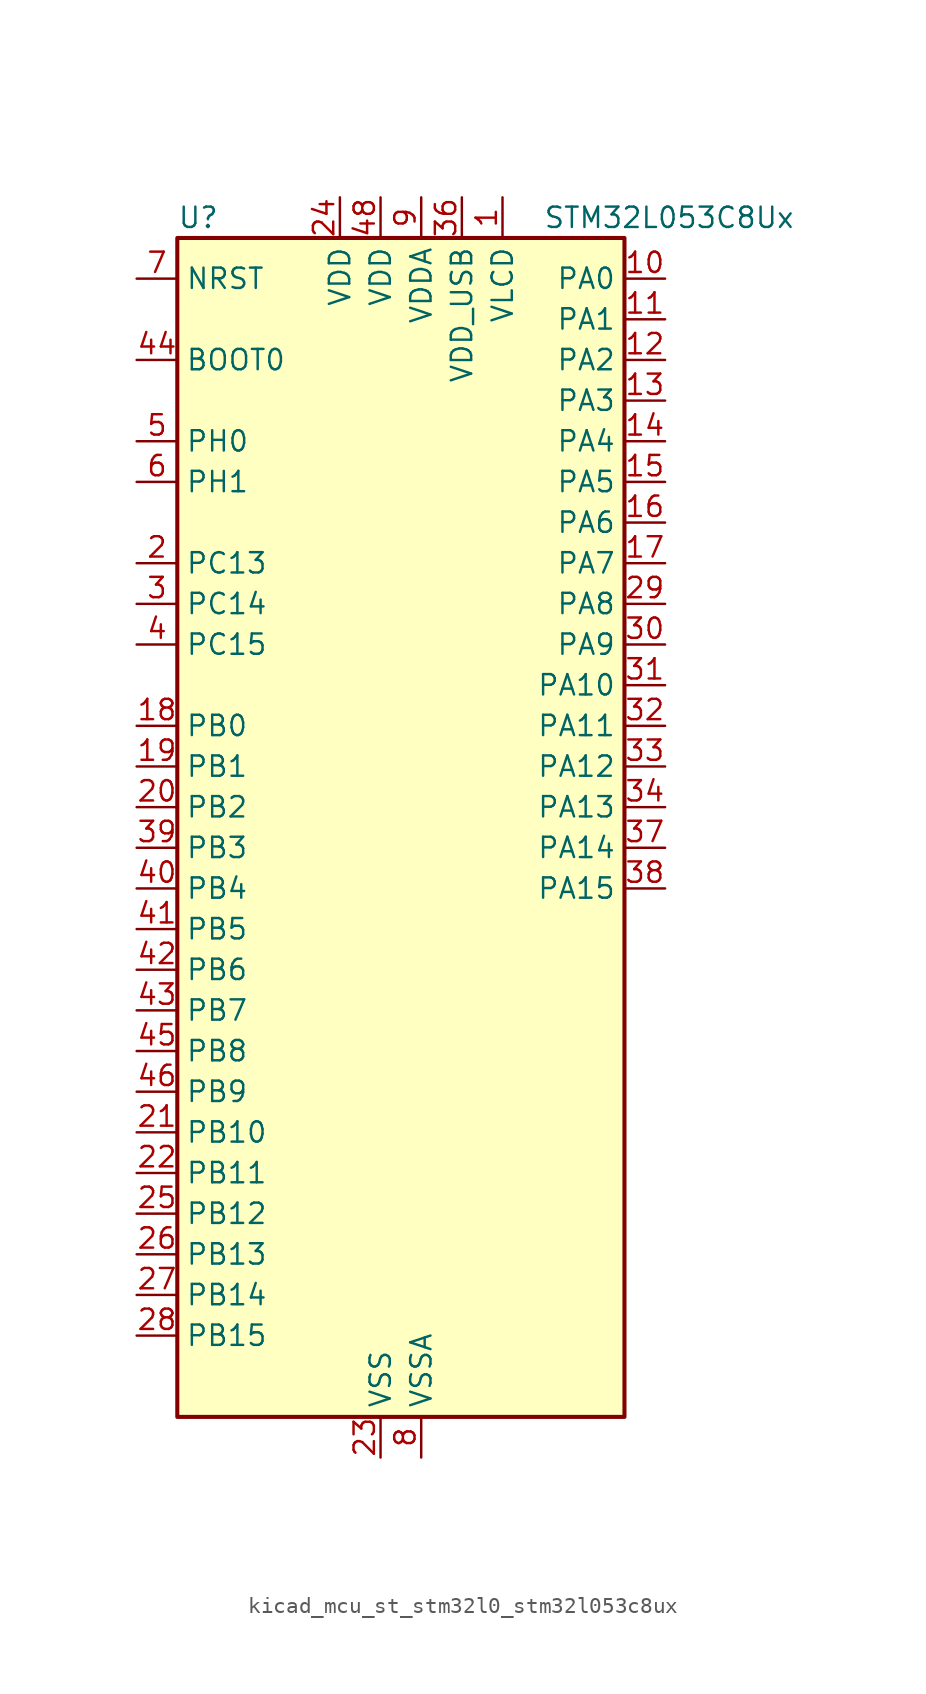
<source format=kicad_sym>
(kicad_symbol_lib
  (version 20220914)
  (generator kicad_symbol_editor)
  (symbol "kicad_mcu_st_stm32l0_stm32l053c8ux"
    (property "Reference" "U"
      (at -12.7 39.37 0)
      (effects (font (size 1.27 1.27)) (justify left)))
    (property "Value" "STM32L053C8Ux"
      (at 10.16 39.37 0)
      (effects (font (size 1.27 1.27)) (justify left)))
    (property "ki_locked" ""
      (at 0 0 0)
      (effects (font (size 1.27 1.27))))
    (symbol "kicad_mcu_st_stm32l0_stm32l053c8ux_0_1"
      (rectangle (start -12.7 -35.56) (end 15.24 38.1) (stroke (width 0.254) (type default)) (fill (type background))))
    (symbol "kicad_mcu_st_stm32l0_stm32l053c8ux_1_1"
      (pin power_in line (at 7.62 40.64 270) (length 2.54) (name "VLCD" (effects (font (size 1.27 1.27)))) (number "1" (effects (font (size 1.27 1.27)))))
      (pin bidirectional line (at 17.78 35.56 180) (length 2.54) (name "PA0" (effects (font (size 1.27 1.27)))) (number "10" (effects (font (size 1.27 1.27)))) (alternate "ADC_IN0" bidirectional line) (alternate "COMP1_INM" bidirectional line) (alternate "COMP1_OUT" bidirectional line) (alternate "RTC_TAMP2" bidirectional line) (alternate "SYS_WKUP1" bidirectional line) (alternate "TIM2_CH1" bidirectional line) (alternate "TIM2_ETR" bidirectional line) (alternate "TSC_G1_IO1" bidirectional line) (alternate "USART2_CTS" bidirectional line))
      (pin bidirectional line (at 17.78 33.02 180) (length 2.54) (name "PA1" (effects (font (size 1.27 1.27)))) (number "11" (effects (font (size 1.27 1.27)))) (alternate "ADC_IN1" bidirectional line) (alternate "COMP1_INP" bidirectional line) (alternate "LCD_SEG0" bidirectional line) (alternate "TIM21_ETR" bidirectional line) (alternate "TIM2_CH2" bidirectional line) (alternate "TSC_G1_IO2" bidirectional line) (alternate "USART2_DE" bidirectional line) (alternate "USART2_RTS" bidirectional line))
      (pin bidirectional line (at 17.78 30.48 180) (length 2.54) (name "PA2" (effects (font (size 1.27 1.27)))) (number "12" (effects (font (size 1.27 1.27)))) (alternate "ADC_IN2" bidirectional line) (alternate "COMP2_INM" bidirectional line) (alternate "COMP2_OUT" bidirectional line) (alternate "LCD_SEG1" bidirectional line) (alternate "TIM21_CH1" bidirectional line) (alternate "TIM2_CH3" bidirectional line) (alternate "TSC_G1_IO3" bidirectional line) (alternate "USART2_TX" bidirectional line))
      (pin bidirectional line (at 17.78 27.94 180) (length 2.54) (name "PA3" (effects (font (size 1.27 1.27)))) (number "13" (effects (font (size 1.27 1.27)))) (alternate "ADC_IN3" bidirectional line) (alternate "COMP2_INP" bidirectional line) (alternate "LCD_SEG2" bidirectional line) (alternate "TIM21_CH2" bidirectional line) (alternate "TIM2_CH4" bidirectional line) (alternate "TSC_G1_IO4" bidirectional line) (alternate "USART2_RX" bidirectional line))
      (pin bidirectional line (at 17.78 25.4 180) (length 2.54) (name "PA4" (effects (font (size 1.27 1.27)))) (number "14" (effects (font (size 1.27 1.27)))) (alternate "ADC_IN4" bidirectional line) (alternate "COMP1_INM" bidirectional line) (alternate "COMP2_INM" bidirectional line) (alternate "DAC_OUT1" bidirectional line) (alternate "SPI1_NSS" bidirectional line) (alternate "TIM22_ETR" bidirectional line) (alternate "TSC_G2_IO1" bidirectional line) (alternate "USART2_CK" bidirectional line))
      (pin bidirectional line (at 17.78 22.86 180) (length 2.54) (name "PA5" (effects (font (size 1.27 1.27)))) (number "15" (effects (font (size 1.27 1.27)))) (alternate "ADC_IN5" bidirectional line) (alternate "COMP1_INM" bidirectional line) (alternate "COMP2_INM" bidirectional line) (alternate "SPI1_SCK" bidirectional line) (alternate "TIM2_CH1" bidirectional line) (alternate "TIM2_ETR" bidirectional line) (alternate "TSC_G2_IO2" bidirectional line))
      (pin bidirectional line (at 17.78 20.32 180) (length 2.54) (name "PA6" (effects (font (size 1.27 1.27)))) (number "16" (effects (font (size 1.27 1.27)))) (alternate "ADC_IN6" bidirectional line) (alternate "COMP1_OUT" bidirectional line) (alternate "LCD_SEG3" bidirectional line) (alternate "LPUART1_CTS" bidirectional line) (alternate "SPI1_MISO" bidirectional line) (alternate "TIM22_CH1" bidirectional line) (alternate "TSC_G2_IO3" bidirectional line))
      (pin bidirectional line (at 17.78 17.78 180) (length 2.54) (name "PA7" (effects (font (size 1.27 1.27)))) (number "17" (effects (font (size 1.27 1.27)))) (alternate "ADC_IN7" bidirectional line) (alternate "COMP2_OUT" bidirectional line) (alternate "LCD_SEG4" bidirectional line) (alternate "SPI1_MOSI" bidirectional line) (alternate "TIM22_CH2" bidirectional line) (alternate "TSC_G2_IO4" bidirectional line))
      (pin bidirectional line (at -15.24 7.62 0) (length 2.54) (name "PB0" (effects (font (size 1.27 1.27)))) (number "18" (effects (font (size 1.27 1.27)))) (alternate "ADC_IN8" bidirectional line) (alternate "LCD_SEG5" bidirectional line) (alternate "LCD_VLCD3" bidirectional line) (alternate "SYS_VREF_OUT_PB0" bidirectional line) (alternate "TSC_G3_IO2" bidirectional line))
      (pin bidirectional line (at -15.24 5.08 0) (length 2.54) (name "PB1" (effects (font (size 1.27 1.27)))) (number "19" (effects (font (size 1.27 1.27)))) (alternate "ADC_IN9" bidirectional line) (alternate "LCD_SEG6" bidirectional line) (alternate "LPUART1_DE" bidirectional line) (alternate "LPUART1_RTS" bidirectional line) (alternate "SYS_VREF_OUT_PB1" bidirectional line) (alternate "TSC_G3_IO3" bidirectional line))
      (pin bidirectional line (at -15.24 17.78 0) (length 2.54) (name "PC13" (effects (font (size 1.27 1.27)))) (number "2" (effects (font (size 1.27 1.27)))) (alternate "RTC_OUT_ALARM" bidirectional line) (alternate "RTC_OUT_CALIB" bidirectional line) (alternate "RTC_TAMP1" bidirectional line) (alternate "RTC_TS" bidirectional line) (alternate "SYS_WKUP2" bidirectional line))
      (pin bidirectional line (at -15.24 2.54 0) (length 2.54) (name "PB2" (effects (font (size 1.27 1.27)))) (number "20" (effects (font (size 1.27 1.27)))) (alternate "LCD_VLCD1" bidirectional line) (alternate "LPTIM1_OUT" bidirectional line) (alternate "TSC_G3_IO4" bidirectional line))
      (pin bidirectional line (at -15.24 -17.78 0) (length 2.54) (name "PB10" (effects (font (size 1.27 1.27)))) (number "21" (effects (font (size 1.27 1.27)))) (alternate "I2C2_SCL" bidirectional line) (alternate "LCD_SEG10" bidirectional line) (alternate "LPUART1_TX" bidirectional line) (alternate "SPI2_SCK" bidirectional line) (alternate "TIM2_CH3" bidirectional line) (alternate "TSC_SYNC" bidirectional line))
      (pin bidirectional line (at -15.24 -20.32 0) (length 2.54) (name "PB11" (effects (font (size 1.27 1.27)))) (number "22" (effects (font (size 1.27 1.27)))) (alternate "ADC_EXTI11" bidirectional line) (alternate "I2C2_SDA" bidirectional line) (alternate "LCD_SEG11" bidirectional line) (alternate "LPUART1_RX" bidirectional line) (alternate "TIM2_CH4" bidirectional line) (alternate "TSC_G6_IO1" bidirectional line))
      (pin power_in line (at 0 -38.1 90) (length 2.54) (name "VSS" (effects (font (size 1.27 1.27)))) (number "23" (effects (font (size 1.27 1.27)))))
      (pin power_in line (at -2.54 40.64 270) (length 2.54) (name "VDD" (effects (font (size 1.27 1.27)))) (number "24" (effects (font (size 1.27 1.27)))))
      (pin bidirectional line (at -15.24 -22.86 0) (length 2.54) (name "PB12" (effects (font (size 1.27 1.27)))) (number "25" (effects (font (size 1.27 1.27)))) (alternate "I2S2_WS" bidirectional line) (alternate "LCD_SEG12" bidirectional line) (alternate "LCD_VLCD2" bidirectional line) (alternate "LPUART1_DE" bidirectional line) (alternate "LPUART1_RTS" bidirectional line) (alternate "SPI2_NSS" bidirectional line) (alternate "TSC_G6_IO2" bidirectional line))
      (pin bidirectional line (at -15.24 -25.4 0) (length 2.54) (name "PB13" (effects (font (size 1.27 1.27)))) (number "26" (effects (font (size 1.27 1.27)))) (alternate "I2C2_SCL" bidirectional line) (alternate "I2S2_CK" bidirectional line) (alternate "LCD_SEG13" bidirectional line) (alternate "LPUART1_CTS" bidirectional line) (alternate "SPI2_SCK" bidirectional line) (alternate "TIM21_CH1" bidirectional line) (alternate "TSC_G6_IO3" bidirectional line))
      (pin bidirectional line (at -15.24 -27.94 0) (length 2.54) (name "PB14" (effects (font (size 1.27 1.27)))) (number "27" (effects (font (size 1.27 1.27)))) (alternate "I2C2_SDA" bidirectional line) (alternate "I2S2_MCK" bidirectional line) (alternate "LCD_SEG14" bidirectional line) (alternate "LPUART1_DE" bidirectional line) (alternate "LPUART1_RTS" bidirectional line) (alternate "RTC_OUT_ALARM" bidirectional line) (alternate "RTC_OUT_CALIB" bidirectional line) (alternate "SPI2_MISO" bidirectional line) (alternate "TIM21_CH2" bidirectional line) (alternate "TSC_G6_IO4" bidirectional line))
      (pin bidirectional line (at -15.24 -30.48 0) (length 2.54) (name "PB15" (effects (font (size 1.27 1.27)))) (number "28" (effects (font (size 1.27 1.27)))) (alternate "I2S2_SD" bidirectional line) (alternate "LCD_SEG15" bidirectional line) (alternate "RTC_REFIN" bidirectional line) (alternate "SPI2_MOSI" bidirectional line))
      (pin bidirectional line (at 17.78 15.24 180) (length 2.54) (name "PA8" (effects (font (size 1.27 1.27)))) (number "29" (effects (font (size 1.27 1.27)))) (alternate "CRS_SYNC" bidirectional line) (alternate "LCD_COM0" bidirectional line) (alternate "RCC_MCO" bidirectional line) (alternate "USART1_CK" bidirectional line))
      (pin bidirectional line (at -15.24 15.24 0) (length 2.54) (name "PC14" (effects (font (size 1.27 1.27)))) (number "3" (effects (font (size 1.27 1.27)))) (alternate "RCC_OSC32_IN" bidirectional line))
      (pin bidirectional line (at 17.78 12.7 180) (length 2.54) (name "PA9" (effects (font (size 1.27 1.27)))) (number "30" (effects (font (size 1.27 1.27)))) (alternate "DAC_EXTI9" bidirectional line) (alternate "LCD_COM1" bidirectional line) (alternate "RCC_MCO" bidirectional line) (alternate "TSC_G4_IO1" bidirectional line) (alternate "USART1_TX" bidirectional line))
      (pin bidirectional line (at 17.78 10.16 180) (length 2.54) (name "PA10" (effects (font (size 1.27 1.27)))) (number "31" (effects (font (size 1.27 1.27)))) (alternate "LCD_COM2" bidirectional line) (alternate "TSC_G4_IO2" bidirectional line) (alternate "USART1_RX" bidirectional line))
      (pin bidirectional line (at 17.78 7.62 180) (length 2.54) (name "PA11" (effects (font (size 1.27 1.27)))) (number "32" (effects (font (size 1.27 1.27)))) (alternate "ADC_EXTI11" bidirectional line) (alternate "COMP1_OUT" bidirectional line) (alternate "SPI1_MISO" bidirectional line) (alternate "TSC_G4_IO3" bidirectional line) (alternate "USART1_CTS" bidirectional line) (alternate "USB_DM" bidirectional line))
      (pin bidirectional line (at 17.78 5.08 180) (length 2.54) (name "PA12" (effects (font (size 1.27 1.27)))) (number "33" (effects (font (size 1.27 1.27)))) (alternate "COMP2_OUT" bidirectional line) (alternate "SPI1_MOSI" bidirectional line) (alternate "TSC_G4_IO4" bidirectional line) (alternate "USART1_DE" bidirectional line) (alternate "USART1_RTS" bidirectional line) (alternate "USB_DP" bidirectional line))
      (pin bidirectional line (at 17.78 2.54 180) (length 2.54) (name "PA13" (effects (font (size 1.27 1.27)))) (number "34" (effects (font (size 1.27 1.27)))) (alternate "SYS_SWDIO" bidirectional line) (alternate "USB_NOE" bidirectional line))
      (pin passive line (at 0 -38.1 90) (length 2.54) hide (name "VSS" (effects (font (size 1.27 1.27)))) (number "35" (effects (font (size 1.27 1.27)))))
      (pin power_in line (at 5.08 40.64 270) (length 2.54) (name "VDD_USB" (effects (font (size 1.27 1.27)))) (number "36" (effects (font (size 1.27 1.27)))))
      (pin bidirectional line (at 17.78 0 180) (length 2.54) (name "PA14" (effects (font (size 1.27 1.27)))) (number "37" (effects (font (size 1.27 1.27)))) (alternate "SYS_SWCLK" bidirectional line) (alternate "USART2_TX" bidirectional line))
      (pin bidirectional line (at 17.78 -2.54 180) (length 2.54) (name "PA15" (effects (font (size 1.27 1.27)))) (number "38" (effects (font (size 1.27 1.27)))) (alternate "LCD_SEG17" bidirectional line) (alternate "SPI1_NSS" bidirectional line) (alternate "TIM2_CH1" bidirectional line) (alternate "TIM2_ETR" bidirectional line) (alternate "USART2_RX" bidirectional line))
      (pin bidirectional line (at -15.24 0 0) (length 2.54) (name "PB3" (effects (font (size 1.27 1.27)))) (number "39" (effects (font (size 1.27 1.27)))) (alternate "COMP2_INM" bidirectional line) (alternate "LCD_SEG7" bidirectional line) (alternate "SPI1_SCK" bidirectional line) (alternate "TIM2_CH2" bidirectional line) (alternate "TSC_G5_IO1" bidirectional line))
      (pin bidirectional line (at -15.24 12.7 0) (length 2.54) (name "PC15" (effects (font (size 1.27 1.27)))) (number "4" (effects (font (size 1.27 1.27)))) (alternate "RCC_OSC32_OUT" bidirectional line))
      (pin bidirectional line (at -15.24 -2.54 0) (length 2.54) (name "PB4" (effects (font (size 1.27 1.27)))) (number "40" (effects (font (size 1.27 1.27)))) (alternate "COMP2_INP" bidirectional line) (alternate "LCD_SEG8" bidirectional line) (alternate "SPI1_MISO" bidirectional line) (alternate "TIM22_CH1" bidirectional line) (alternate "TSC_G5_IO2" bidirectional line))
      (pin bidirectional line (at -15.24 -5.08 0) (length 2.54) (name "PB5" (effects (font (size 1.27 1.27)))) (number "41" (effects (font (size 1.27 1.27)))) (alternate "COMP2_INP" bidirectional line) (alternate "I2C1_SMBA" bidirectional line) (alternate "LCD_SEG9" bidirectional line) (alternate "LPTIM1_IN1" bidirectional line) (alternate "SPI1_MOSI" bidirectional line) (alternate "TIM22_CH2" bidirectional line))
      (pin bidirectional line (at -15.24 -7.62 0) (length 2.54) (name "PB6" (effects (font (size 1.27 1.27)))) (number "42" (effects (font (size 1.27 1.27)))) (alternate "COMP2_INP" bidirectional line) (alternate "I2C1_SCL" bidirectional line) (alternate "LPTIM1_ETR" bidirectional line) (alternate "TSC_G5_IO3" bidirectional line) (alternate "USART1_TX" bidirectional line))
      (pin bidirectional line (at -15.24 -10.16 0) (length 2.54) (name "PB7" (effects (font (size 1.27 1.27)))) (number "43" (effects (font (size 1.27 1.27)))) (alternate "COMP2_INP" bidirectional line) (alternate "I2C1_SDA" bidirectional line) (alternate "LPTIM1_IN2" bidirectional line) (alternate "SYS_PVD_IN" bidirectional line) (alternate "TSC_G5_IO4" bidirectional line) (alternate "USART1_RX" bidirectional line))
      (pin input line (at -15.24 30.48 0) (length 2.54) (name "BOOT0" (effects (font (size 1.27 1.27)))) (number "44" (effects (font (size 1.27 1.27)))))
      (pin bidirectional line (at -15.24 -12.7 0) (length 2.54) (name "PB8" (effects (font (size 1.27 1.27)))) (number "45" (effects (font (size 1.27 1.27)))) (alternate "I2C1_SCL" bidirectional line) (alternate "LCD_SEG16" bidirectional line) (alternate "TSC_SYNC" bidirectional line))
      (pin bidirectional line (at -15.24 -15.24 0) (length 2.54) (name "PB9" (effects (font (size 1.27 1.27)))) (number "46" (effects (font (size 1.27 1.27)))) (alternate "DAC_EXTI9" bidirectional line) (alternate "I2C1_SDA" bidirectional line) (alternate "I2S2_WS" bidirectional line) (alternate "LCD_COM3" bidirectional line) (alternate "SPI2_NSS" bidirectional line))
      (pin passive line (at 0 -38.1 90) (length 2.54) hide (name "VSS" (effects (font (size 1.27 1.27)))) (number "47" (effects (font (size 1.27 1.27)))))
      (pin power_in line (at 0 40.64 270) (length 2.54) (name "VDD" (effects (font (size 1.27 1.27)))) (number "48" (effects (font (size 1.27 1.27)))))
      (pin passive line (at 0 -38.1 90) (length 2.54) hide (name "VSS" (effects (font (size 1.27 1.27)))) (number "49" (effects (font (size 1.27 1.27)))))
      (pin bidirectional line (at -15.24 25.4 0) (length 2.54) (name "PH0" (effects (font (size 1.27 1.27)))) (number "5" (effects (font (size 1.27 1.27)))) (alternate "CRS_SYNC" bidirectional line) (alternate "RCC_OSC_IN" bidirectional line))
      (pin bidirectional line (at -15.24 22.86 0) (length 2.54) (name "PH1" (effects (font (size 1.27 1.27)))) (number "6" (effects (font (size 1.27 1.27)))) (alternate "RCC_OSC_OUT" bidirectional line))
      (pin input line (at -15.24 35.56 0) (length 2.54) (name "NRST" (effects (font (size 1.27 1.27)))) (number "7" (effects (font (size 1.27 1.27)))))
      (pin power_in line (at 2.54 -38.1 90) (length 2.54) (name "VSSA" (effects (font (size 1.27 1.27)))) (number "8" (effects (font (size 1.27 1.27)))))
      (pin power_in line (at 2.54 40.64 270) (length 2.54) (name "VDDA" (effects (font (size 1.27 1.27)))) (number "9" (effects (font (size 1.27 1.27))))))))
</source>
